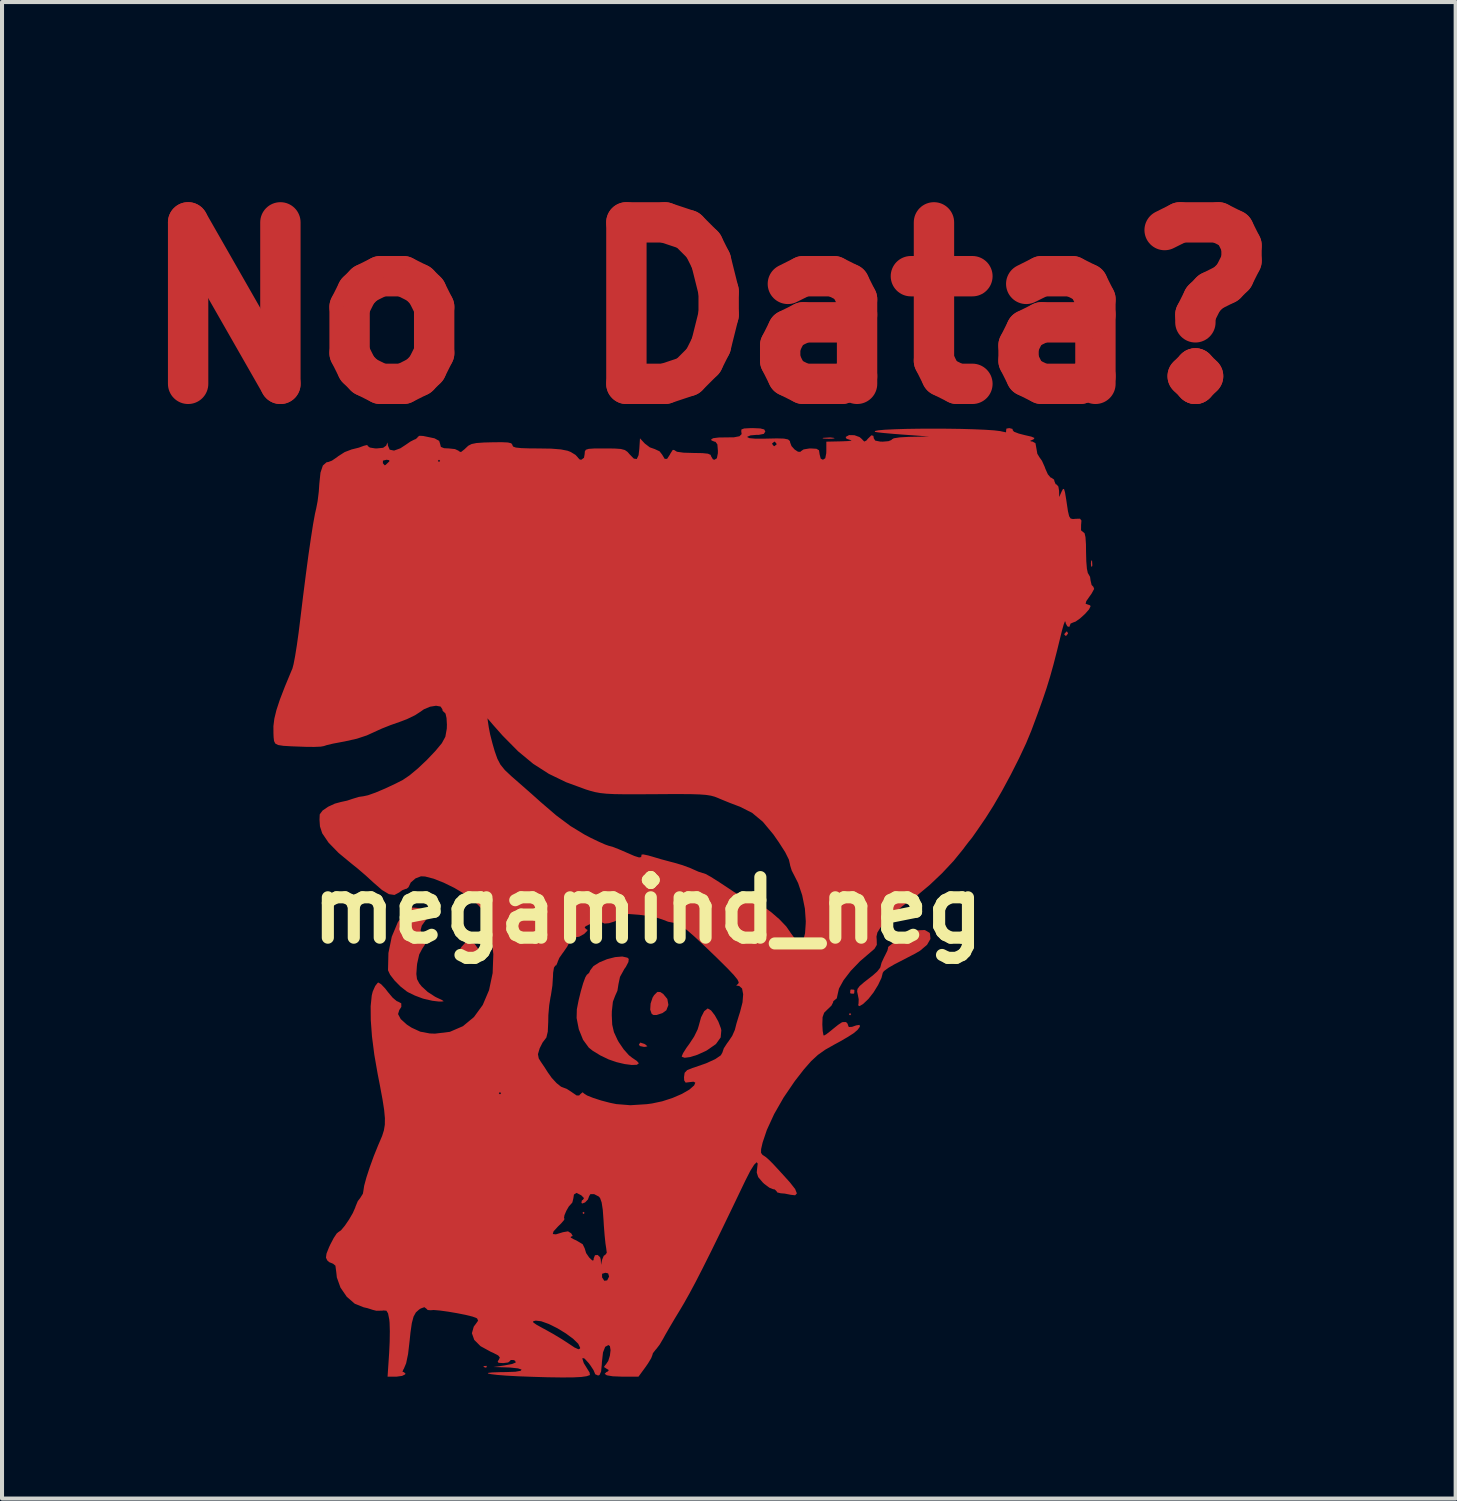
<source format=kicad_pcb>
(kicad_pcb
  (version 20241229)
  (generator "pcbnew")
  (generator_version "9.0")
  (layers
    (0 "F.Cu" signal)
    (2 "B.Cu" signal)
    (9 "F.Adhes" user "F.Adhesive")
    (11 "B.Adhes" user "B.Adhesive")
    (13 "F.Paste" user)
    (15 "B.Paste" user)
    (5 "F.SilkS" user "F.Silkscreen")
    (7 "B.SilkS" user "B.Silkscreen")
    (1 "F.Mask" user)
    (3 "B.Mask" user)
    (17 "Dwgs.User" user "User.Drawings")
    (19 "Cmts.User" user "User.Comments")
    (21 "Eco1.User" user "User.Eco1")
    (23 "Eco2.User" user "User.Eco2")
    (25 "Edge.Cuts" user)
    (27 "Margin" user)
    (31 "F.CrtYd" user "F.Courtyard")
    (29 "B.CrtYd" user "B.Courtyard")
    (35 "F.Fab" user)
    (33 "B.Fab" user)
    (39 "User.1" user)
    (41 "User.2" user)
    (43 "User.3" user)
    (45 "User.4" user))
  (footprint "megamind_neg"
    (layer "F.Cu")
    (at 13 19.5)
    (property "Reference" "megamind_neg" (at 0 0 0) (layer "F.SilkS") (effects (font (size 1.5 1.5) (thickness 0.3))))
    (attr board_only exclude_from_pos_files exclude_from_bom)
    (fp_poly (pts (xy -1.567 7.497) (xy -1.594 7.525) (xy -1.622 7.497) (xy -1.594 7.469)) (stroke (width 0) (type solid)) (fill yes) (layer "F.Cu"))
    (fp_poly (pts (xy 5.035 2.574) (xy 5.007 2.602) (xy 4.979 2.574) (xy 5.007 2.546)) (stroke (width 0) (type solid)) (fill yes) (layer "F.Cu"))
    (fp_poly (pts (xy -3.991 11.292) (xy -3.999 11.325) (xy -4.028 11.329) (xy -4.074 11.309) (xy -4.065 11.292) (xy -3.999 11.285)) (stroke (width 0) (type solid)) (fill yes) (layer "F.Cu"))
    (fp_poly (pts (xy 11.003 -8.658) (xy 11.01 -8.543) (xy 11.003 -8.518) (xy 10.982 -8.511) (xy 10.974 -8.588) (xy 10.983 -8.667)) (stroke (width 0) (type solid)) (fill yes) (layer "F.Cu"))
    (fp_poly (pts (xy -0.087 3.31) (xy -0.056 3.329) (xy -0.012 3.37) (xy -0.068 3.383) (xy -0.098 3.384) (xy -0.196 3.364) (xy -0.224 3.329) (xy -0.189 3.277)) (stroke (width 0) (type solid)) (fill yes) (layer "F.Cu"))
    (fp_poly (pts (xy 4.602 -11.704) (xy 4.628 -11.691) (xy 4.558 -11.682) (xy 4.476 -11.68) (xy 4.355 -11.685) (xy 4.322 -11.696) (xy 4.35 -11.704) (xy 4.513 -11.714)) (stroke (width 0) (type solid)) (fill yes) (layer "F.Cu"))
    (fp_poly (pts (xy 5.104 1.967) (xy 5.116 1.981) (xy 5.111 2.054) (xy 5.096 2.067) (xy 5.023 2.062) (xy 5.01 2.047) (xy 5.016 1.974) (xy 5.03 1.961)) (stroke (width 0) (type solid)) (fill yes) (layer "F.Cu"))
    (fp_poly (pts (xy 10.406 -6.866) (xy 10.406 -6.854) (xy 10.363 -6.8) (xy 10.347 -6.798) (xy 10.314 -6.832) (xy 10.322 -6.854) (xy 10.373 -6.907) (xy 10.381 -6.909)) (stroke (width 0) (type solid)) (fill yes) (layer "F.Cu"))
    (fp_poly (pts (xy -4.284 0.843) (xy -4.207 0.951) (xy -4.214 1.065) (xy -4.254 1.151) (xy -4.344 1.245) (xy -4.465 1.237) (xy -4.589 1.157) (xy -4.672 1.08) (xy -4.68 1.014) (xy -4.618 0.906) (xy -4.617 0.905) (xy -4.504 0.782) (xy -4.392 0.768)) (stroke (width 0) (type solid)) (fill yes) (layer "F.Cu"))
    (fp_poly (pts (xy 0.305 2.025) (xy 0.378 2.071) (xy 0.482 2.197) (xy 0.508 2.345) (xy 0.457 2.477) (xy 0.36 2.547) (xy 0.216 2.594) (xy 0.134 2.593) (xy 0.093 2.564) (xy 0.057 2.461) (xy 0.067 2.31) (xy 0.117 2.16) (xy 0.154 2.102) (xy 0.234 2.022)) (stroke (width 0) (type solid)) (fill yes) (layer "F.Cu"))
    (fp_poly (pts (xy 1.565 2.481) (xy 1.658 2.601) (xy 1.746 2.759) (xy 1.808 2.922) (xy 1.819 2.972) (xy 1.803 3.15) (xy 1.685 3.314) (xy 1.46 3.471) (xy 1.419 3.492) (xy 1.225 3.58) (xy 1.047 3.636) (xy 0.911 3.654) (xy 0.843 3.63) (xy 0.839 3.616) (xy 0.871 3.54) (xy 0.953 3.41) (xy 1.03 3.304) (xy 1.146 3.127) (xy 1.232 2.951) (xy 1.257 2.869) (xy 1.317 2.653) (xy 1.394 2.501) (xy 1.476 2.435) (xy 1.487 2.434)) (stroke (width 0) (type solid)) (fill yes) (layer "F.Cu"))
    (fp_poly (pts (xy 6.974 0.555) (xy 6.987 0.575) (xy 7 0.709) (xy 6.915 0.856) (xy 6.742 1.002) (xy 6.617 1.075) (xy 6.443 1.165) (xy 6.231 1.275) (xy 6.112 1.336) (xy 5.955 1.427) (xy 5.848 1.506) (xy 5.819 1.547) (xy 5.786 1.675) (xy 5.702 1.852) (xy 5.588 2.037) (xy 5.464 2.195) (xy 5.463 2.196) (xy 5.334 2.319) (xy 5.244 2.374) (xy 5.209 2.355) (xy 5.218 2.308) (xy 5.222 2.204) (xy 5.2 2.091) (xy 5.183 2.012) (xy 5.193 1.947) (xy 5.245 1.877) (xy 5.356 1.781) (xy 5.54 1.638) (xy 5.553 1.629) (xy 5.678 1.519) (xy 5.753 1.424) (xy 5.763 1.394) (xy 5.788 1.299) (xy 5.853 1.159) (xy 5.873 1.121) (xy 5.933 0.999) (xy 5.951 0.929) (xy 5.944 0.923) (xy 5.965 0.895) (xy 6.06 0.822) (xy 6.204 0.721) (xy 6.46 0.575) (xy 6.684 0.496) (xy 6.86 0.489)) (stroke (width 0) (type solid)) (fill yes) (layer "F.Cu"))
    (fp_poly (pts (xy -5.723 -0.06) (xy -5.703 -0.057) (xy -5.504 -0.01) (xy -5.408 0.044) (xy -5.407 0.12) (xy -5.49 0.23) (xy -5.505 0.246) (xy -5.601 0.38) (xy -5.632 0.498) (xy -5.595 0.574) (xy -5.541 0.587) (xy -5.49 0.63) (xy -5.488 0.733) (xy -5.528 0.858) (xy -5.587 0.947) (xy -5.665 1.094) (xy -5.716 1.321) (xy -5.723 1.385) (xy -5.736 1.578) (xy -5.72 1.704) (xy -5.665 1.809) (xy -5.607 1.883) (xy -5.456 2.022) (xy -5.271 2.142) (xy -5.233 2.161) (xy -5.099 2.224) (xy -5.059 2.253) (xy -5.107 2.261) (xy -5.175 2.261) (xy -5.337 2.242) (xy -5.532 2.198) (xy -5.582 2.184) (xy -5.771 2.113) (xy -5.941 2.03) (xy -5.974 2.01) (xy -6.127 1.89) (xy -6.273 1.743) (xy -6.385 1.599) (xy -6.437 1.489) (xy -6.438 1.483) (xy -6.428 1.059) (xy -6.345 0.654) (xy -6.196 0.298) (xy -6.057 0.092) (xy -5.947 -0.025) (xy -5.851 -0.069)) (stroke (width 0) (type solid)) (fill yes) (layer "F.Cu"))
    (fp_poly (pts (xy -0.507 1.174) (xy -0.474 1.205) (xy -0.483 1.282) (xy -0.547 1.404) (xy -0.583 1.453) (xy -0.691 1.649) (xy -0.729 1.829) (xy -0.755 1.993) (xy -0.813 2.123) (xy -0.867 2.265) (xy -0.893 2.501) (xy -0.895 2.598) (xy -0.884 2.834) (xy -0.842 3.017) (xy -0.755 3.206) (xy -0.723 3.264) (xy -0.602 3.442) (xy -0.471 3.59) (xy -0.388 3.655) (xy -0.277 3.73) (xy -0.225 3.787) (xy -0.224 3.79) (xy -0.272 3.827) (xy -0.399 3.832) (xy -0.578 3.809) (xy -0.78 3.761) (xy -0.973 3.694) (xy -1.179 3.595) (xy -1.367 3.48) (xy -1.464 3.403) (xy -1.607 3.207) (xy -1.712 2.946) (xy -1.766 2.669) (xy -1.76 2.451) (xy -1.716 2.227) (xy -1.661 2.004) (xy -1.604 1.807) (xy -1.551 1.662) (xy -1.512 1.596) (xy -1.507 1.594) (xy -1.456 1.549) (xy -1.428 1.486) (xy -1.349 1.383) (xy -1.2 1.289) (xy -1.011 1.211) (xy -0.812 1.16) (xy -0.634 1.145)) (stroke (width 0) (type solid)) (fill yes) (layer "F.Cu"))
    (fp_poly (pts (xy 9.032 -11.925) (xy 9.038 -11.893) (xy 9.07 -11.855) (xy 9.186 -11.81) (xy 9.328 -11.773) (xy 9.501 -11.733) (xy 9.575 -11.701) (xy 9.562 -11.672) (xy 9.539 -11.661) (xy 9.467 -11.627) (xy 9.498 -11.614) (xy 9.525 -11.613) (xy 9.601 -11.571) (xy 9.623 -11.448) (xy 9.647 -11.309) (xy 9.698 -11.225) (xy 9.762 -11.135) (xy 9.829 -10.986) (xy 9.846 -10.938) (xy 9.908 -10.8) (xy 9.975 -10.721) (xy 9.996 -10.714) (xy 10.062 -10.669) (xy 10.07 -10.63) (xy 10.101 -10.556) (xy 10.126 -10.546) (xy 10.168 -10.498) (xy 10.186 -10.392) (xy 10.189 -10.238) (xy 10.251 -10.378) (xy 10.284 -10.438) (xy 10.309 -10.434) (xy 10.333 -10.353) (xy 10.362 -10.179) (xy 10.374 -10.098) (xy 10.406 -9.886) (xy 10.435 -9.762) (xy 10.472 -9.705) (xy 10.53 -9.692) (xy 10.595 -9.698) (xy 10.705 -9.701) (xy 10.74 -9.654) (xy 10.731 -9.544) (xy 10.73 -9.412) (xy 10.78 -9.371) (xy 10.817 -9.342) (xy 10.84 -9.244) (xy 10.852 -9.061) (xy 10.854 -8.871) (xy 10.86 -8.645) (xy 10.875 -8.463) (xy 10.898 -8.354) (xy 10.91 -8.336) (xy 10.954 -8.259) (xy 10.966 -8.17) (xy 10.992 -8.058) (xy 11.035 -8.014) (xy 11.055 -7.962) (xy 10.99 -7.843) (xy 10.949 -7.786) (xy 10.86 -7.658) (xy 10.843 -7.594) (xy 10.879 -7.581) (xy 10.955 -7.554) (xy 10.966 -7.529) (xy 10.925 -7.45) (xy 10.827 -7.34) (xy 10.705 -7.229) (xy 10.594 -7.151) (xy 10.542 -7.133) (xy 10.47 -7.102) (xy 10.462 -7.077) (xy 10.439 -7.019) (xy 10.39 -7.035) (xy 10.351 -7.107) (xy 10.345 -7.147) (xy 10.331 -7.158) (xy 10.299 -7.076) (xy 10.255 -6.919) (xy 10.239 -6.854) (xy 10.136 -6.433) (xy 10.047 -6.087) (xy 9.963 -5.786) (xy 9.875 -5.5) (xy 9.773 -5.198) (xy 9.648 -4.851) (xy 9.498 -4.448) (xy 9.368 -4.135) (xy 9.192 -3.76) (xy 8.988 -3.357) (xy 8.771 -2.955) (xy 8.558 -2.588) (xy 8.372 -2.294) (xy 8.231 -2.087) (xy 8.112 -1.915) (xy 8.031 -1.8) (xy 8.001 -1.762) (xy 7.953 -1.704) (xy 7.864 -1.588) (xy 7.807 -1.511) (xy 7.572 -1.222) (xy 7.285 -0.916) (xy 6.978 -0.625) (xy 6.683 -0.379) (xy 6.535 -0.273) (xy 6.309 -0.106) (xy 6.079 0.089) (xy 5.9 0.266) (xy 5.759 0.432) (xy 5.685 0.551) (xy 5.662 0.653) (xy 5.668 0.728) (xy 5.671 0.857) (xy 5.612 0.956) (xy 5.519 1.036) (xy 5.255 1.262) (xy 5.025 1.501) (xy 4.847 1.733) (xy 4.733 1.94) (xy 4.7 2.084) (xy 4.679 2.182) (xy 4.644 2.21) (xy 4.592 2.254) (xy 4.588 2.281) (xy 4.547 2.362) (xy 4.451 2.454) (xy 4.366 2.538) (xy 4.327 2.648) (xy 4.321 2.826) (xy 4.321 2.831) (xy 4.33 2.989) (xy 4.348 3.088) (xy 4.359 3.105) (xy 4.418 3.072) (xy 4.528 2.987) (xy 4.588 2.937) (xy 4.713 2.837) (xy 4.804 2.777) (xy 4.825 2.77) (xy 4.909 2.769) (xy 4.95 2.814) (xy 4.954 2.839) (xy 4.977 2.892) (xy 5.056 2.888) (xy 5.161 2.851) (xy 5.244 2.839) (xy 5.252 2.883) (xy 5.193 2.964) (xy 5.096 3.046) (xy 4.957 3.135) (xy 4.765 3.247) (xy 4.606 3.333) (xy 4.391 3.455) (xy 4.212 3.582) (xy 4.044 3.737) (xy 3.865 3.941) (xy 3.652 4.215) (xy 3.629 4.246) (xy 3.361 4.64) (xy 3.127 5.049) (xy 2.946 5.443) (xy 2.842 5.753) (xy 2.804 5.918) (xy 2.803 6.009) (xy 2.84 6.06) (xy 2.869 6.078) (xy 2.924 6.115) (xy 2.994 6.177) (xy 3.095 6.277) (xy 3.238 6.431) (xy 3.437 6.65) (xy 3.518 6.74) (xy 3.648 6.906) (xy 3.691 7.014) (xy 3.647 7.06) (xy 3.539 7.048) (xy 3.389 7.018) (xy 3.287 7.01) (xy 3.204 6.989) (xy 3.189 6.962) (xy 3.143 6.916) (xy 3.101 6.909) (xy 3.009 6.872) (xy 2.884 6.779) (xy 2.842 6.739) (xy 2.732 6.609) (xy 2.696 6.496) (xy 2.705 6.404) (xy 2.72 6.274) (xy 2.694 6.242) (xy 2.632 6.303) (xy 2.538 6.453) (xy 2.419 6.686) (xy 2.412 6.7) (xy 2.09 7.372) (xy 1.81 7.951) (xy 1.568 8.445) (xy 1.36 8.861) (xy 1.182 9.208) (xy 1.029 9.494) (xy 0.898 9.727) (xy 0.811 9.875) (xy 0.666 10.114) (xy 0.532 10.341) (xy 0.426 10.525) (xy 0.378 10.613) (xy 0.291 10.76) (xy 0.208 10.869) (xy 0.192 10.885) (xy 0.123 10.974) (xy 0.112 11.017) (xy 0.081 11.097) (xy 0.001 11.229) (xy -0.061 11.318) (xy -0.233 11.553) (xy -0.648 11.553) (xy -0.872 11.544) (xy -1.016 11.52) (xy -1.071 11.483) (xy -1.027 11.439) (xy -0.993 11.424) (xy -0.968 11.39) (xy -1.023 11.357) (xy -1.089 11.314) (xy -1.053 11.261) (xy -1.043 11.253) (xy -0.982 11.163) (xy -0.941 11.031) (xy -0.925 10.896) (xy -0.941 10.797) (xy -0.977 10.77) (xy -1.058 10.814) (xy -1.112 10.952) (xy -1.139 11.191) (xy -1.142 11.245) (xy -1.159 11.426) (xy -1.198 11.512) (xy -1.234 11.525) (xy -1.306 11.493) (xy -1.315 11.468) (xy -1.347 11.392) (xy -1.428 11.269) (xy -1.468 11.216) (xy -1.567 11.107) (xy -1.617 11.09) (xy -1.622 11.112) (xy -1.589 11.217) (xy -1.51 11.345) (xy -1.51 11.346) (xy -1.445 11.45) (xy -1.436 11.512) (xy -1.44 11.515) (xy -1.517 11.542) (xy -1.65 11.561) (xy -1.848 11.571) (xy -2.124 11.573) (xy -2.491 11.568) (xy -2.863 11.557) (xy -3.212 11.544) (xy -3.504 11.528) (xy -3.732 11.51) (xy -3.888 11.491) (xy -3.965 11.474) (xy -3.955 11.459) (xy -3.852 11.448) (xy -3.648 11.441) (xy -3.52 11.44) (xy -3.28 11.431) (xy -3.15 11.407) (xy -3.13 11.377) (xy -3.218 11.348) (xy -3.415 11.327) (xy -3.525 11.323) (xy -3.832 11.314) (xy -3.569 11.278) (xy -3.365 11.24) (xy -3.272 11.201) (xy -3.291 11.159) (xy -3.326 11.142) (xy -3.4 11.14) (xy -3.413 11.163) (xy -3.462 11.201) (xy -3.58 11.217) (xy -3.587 11.217) (xy -3.701 11.21) (xy -3.722 11.177) (xy -3.693 11.134) (xy -3.668 11.079) (xy -3.708 11.028) (xy -3.831 10.964) (xy -3.896 10.935) (xy -4.146 10.798) (xy -4.302 10.642) (xy -4.36 10.477) (xy -4.314 10.313) (xy -4.268 10.253) (xy -4.216 10.18) (xy -2.842 10.18) (xy -2.841 10.209) (xy -2.762 10.265) (xy -2.596 10.357) (xy -2.567 10.372) (xy -2.348 10.494) (xy -2.132 10.624) (xy -1.986 10.719) (xy -1.817 10.831) (xy -1.72 10.875) (xy -1.681 10.857) (xy -1.678 10.837) (xy -1.726 10.738) (xy -1.853 10.614) (xy -2.034 10.481) (xy -2.242 10.354) (xy -2.453 10.249) (xy -2.642 10.181) (xy -2.778 10.165) (xy -2.842 10.18) (xy -4.216 10.18) (xy -4.207 10.167) (xy -4.229 10.114) (xy -4.248 10.101) (xy -4.345 10.065) (xy -4.515 10.023) (xy -4.726 9.981) (xy -4.949 9.943) (xy -5.152 9.915) (xy -5.307 9.902) (xy -5.38 9.908) (xy -5.456 9.902) (xy -5.484 9.872) (xy -5.537 9.832) (xy -5.624 9.863) (xy -5.667 9.89) (xy -5.747 9.961) (xy -5.805 10.065) (xy -5.848 10.226) (xy -5.882 10.463) (xy -5.902 10.658) (xy -5.941 10.992) (xy -5.989 11.222) (xy -6.047 11.36) (xy -6.056 11.371) (xy -6.08 11.431) (xy -6.046 11.441) (xy -6.006 11.475) (xy -6.014 11.497) (xy -6.088 11.534) (xy -6.225 11.553) (xy -6.249 11.553) (xy -6.449 11.553) (xy -6.41 10.967) (xy -6.397 10.692) (xy -6.393 10.431) (xy -6.399 10.221) (xy -6.407 10.137) (xy -6.437 9.986) (xy -6.477 9.92) (xy -6.55 9.913) (xy -6.578 9.918) (xy -6.725 9.921) (xy -6.811 9.9) (xy -6.948 9.856) (xy -7.041 9.835) (xy -7.261 9.747) (xy -7.459 9.575) (xy -7.615 9.348) (xy -7.706 9.095) (xy -7.715 9.005) (xy -1.135 9.005) (xy -1.135 9.094) (xy -1.08 9.178) (xy -1.009 9.168) (xy -0.961 9.073) (xy -0.985 8.995) (xy -1.054 8.98) (xy -1.135 9.005) (xy -7.715 9.005) (xy -7.721 8.954) (xy -7.741 8.804) (xy -7.798 8.756) (xy -7.896 8.716) (xy -7.944 8.672) (xy -7.975 8.605) (xy -7.962 8.506) (xy -7.9 8.349) (xy -7.868 8.28) (xy -7.783 8.118) (xy -7.718 8.02) (xy -2.356 8.02) (xy -2.279 8.028) (xy -2.108 7.976) (xy -2.106 7.975) (xy -1.979 7.953) (xy -1.9 8.003) (xy -1.862 8.069) (xy -1.909 8.087) (xy -1.913 8.107) (xy -1.831 8.153) (xy -1.776 8.177) (xy -1.616 8.272) (xy -1.567 8.372) (xy -1.53 8.492) (xy -1.455 8.601) (xy -1.376 8.676) (xy -1.346 8.668) (xy -1.343 8.626) (xy -1.311 8.545) (xy -1.244 8.538) (xy -1.183 8.596) (xy -1.167 8.658) (xy -1.16 8.784) (xy -1.135 8.658) (xy -1.094 8.56) (xy -1.053 8.532) (xy -1.019 8.485) (xy -1.032 8.378) (xy -1.051 8.255) (xy -1.072 8.054) (xy -1.091 7.811) (xy -1.098 7.693) (xy -1.118 7.418) (xy -1.146 7.237) (xy -1.184 7.13) (xy -1.217 7.091) (xy -1.333 7.031) (xy -1.424 7.031) (xy -1.455 7.081) (xy -1.486 7.165) (xy -1.556 7.237) (xy -1.625 7.264) (xy -1.647 7.25) (xy -1.636 7.188) (xy -1.609 7.172) (xy -1.583 7.13) (xy -1.65 7.061) (xy -1.767 7.001) (xy -1.832 7.041) (xy -1.846 7.133) (xy -1.871 7.238) (xy -1.899 7.271) (xy -1.959 7.337) (xy -2.021 7.445) (xy -2.067 7.554) (xy -2.079 7.626) (xy -2.067 7.637) (xy -2.074 7.67) (xy -2.148 7.756) (xy -2.225 7.831) (xy -2.338 7.954) (xy -2.356 8.02) (xy -7.718 8.02) (xy -7.709 8.006) (xy -7.668 7.972) (xy -7.603 7.928) (xy -7.508 7.814) (xy -7.404 7.662) (xy -7.311 7.502) (xy -7.25 7.365) (xy -7.243 7.34) (xy -7.187 7.205) (xy -7.128 7.129) (xy -7.06 7.02) (xy -7.049 6.956) (xy -7.029 6.825) (xy -6.973 6.618) (xy -6.89 6.364) (xy -6.791 6.09) (xy -6.683 5.823) (xy -6.646 5.737) (xy -6.583 5.588) (xy -6.54 5.452) (xy -6.517 5.312) (xy -6.515 5.149) (xy -6.534 4.944) (xy -6.575 4.68) (xy -6.603 4.532) (xy -3.693 4.532) (xy -3.665 4.56) (xy -3.637 4.532) (xy -3.665 4.504) (xy -3.693 4.532) (xy -6.603 4.532) (xy -6.639 4.336) (xy -6.694 4.056) (xy -6.777 3.58) (xy -6.779 3.565) (xy -2.724 3.565) (xy -2.704 3.67) (xy -2.65 3.756) (xy -2.555 3.896) (xy -2.483 4.01) (xy -2.383 4.151) (xy -2.263 4.281) (xy -2.152 4.37) (xy -2.096 4.392) (xy -2.01 4.424) (xy -1.889 4.503) (xy -1.876 4.512) (xy -1.766 4.587) (xy -1.703 4.588) (xy -1.673 4.554) (xy -1.617 4.508) (xy -1.581 4.54) (xy -1.506 4.588) (xy -1.353 4.649) (xy -1.154 4.713) (xy -0.94 4.769) (xy -0.783 4.801) (xy -0.434 4.829) (xy -0.026 4.803) (xy 0.1 4.786) (xy 0.355 4.732) (xy 0.61 4.649) (xy 0.842 4.549) (xy 1.029 4.441) (xy 1.146 4.338) (xy 1.175 4.27) (xy 1.129 4.246) (xy 1.035 4.257) (xy 0.935 4.269) (xy 0.899 4.215) (xy 0.895 4.132) (xy 0.91 4.026) (xy 0.972 3.96) (xy 1.112 3.904) (xy 1.133 3.898) (xy 1.441 3.791) (xy 1.669 3.687) (xy 1.807 3.592) (xy 1.846 3.522) (xy 1.88 3.42) (xy 1.965 3.289) (xy 1.986 3.263) (xy 2.088 3.112) (xy 2.154 2.963) (xy 2.158 2.947) (xy 2.194 2.805) (xy 2.252 2.615) (xy 2.283 2.518) (xy 2.344 2.281) (xy 2.36 2.08) (xy 2.333 1.938) (xy 2.262 1.875) (xy 2.248 1.873) (xy 2.187 1.864) (xy 2.23 1.825) (xy 2.236 1.821) (xy 2.251 1.785) (xy 2.219 1.716) (xy 2.129 1.605) (xy 1.975 1.442) (xy 1.747 1.216) (xy 1.694 1.164) (xy 1.392 0.874) (xy 1.156 0.654) (xy 0.976 0.497) (xy 0.841 0.394) (xy 0.738 0.334) (xy 0.658 0.31) (xy 0.629 0.308) (xy 0.502 0.284) (xy 0.358 0.228) (xy 0.223 0.185) (xy 0.018 0.143) (xy -0.215 0.112) (xy -0.238 0.11) (xy -0.46 0.093) (xy -0.593 0.094) (xy -0.656 0.114) (xy -0.671 0.152) (xy -0.718 0.216) (xy -0.83 0.278) (xy -0.964 0.32) (xy -1.076 0.329) (xy -1.119 0.308) (xy -1.186 0.29) (xy -1.309 0.307) (xy -1.443 0.346) (xy -1.542 0.395) (xy -1.567 0.429) (xy -1.523 0.473) (xy -1.503 0.476) (xy -1.497 0.504) (xy -1.566 0.574) (xy -1.582 0.588) (xy -1.705 0.656) (xy -1.806 0.668) (xy -1.808 0.667) (xy -1.89 0.685) (xy -1.933 0.765) (xy -1.997 0.898) (xy -2.098 1.044) (xy -2.106 1.053) (xy -2.194 1.179) (xy -2.237 1.281) (xy -2.238 1.291) (xy -2.27 1.363) (xy -2.294 1.371) (xy -2.327 1.421) (xy -2.348 1.549) (xy -2.351 1.636) (xy -2.366 1.867) (xy -2.402 2.104) (xy -2.413 2.154) (xy -2.445 2.353) (xy -2.466 2.598) (xy -2.469 2.765) (xy -2.48 3.006) (xy -2.515 3.152) (xy -2.539 3.184) (xy -2.609 3.276) (xy -2.68 3.417) (xy -2.683 3.426) (xy -2.724 3.565) (xy -6.779 3.565) (xy -6.835 3.128) (xy -6.865 2.721) (xy -6.868 2.376) (xy -6.841 2.111) (xy -6.817 2.014) (xy -6.756 1.876) (xy -6.694 1.797) (xy -6.676 1.79) (xy -6.608 1.832) (xy -6.506 1.94) (xy -6.438 2.028) (xy -6.325 2.163) (xy -6.224 2.249) (xy -6.182 2.266) (xy -6.11 2.305) (xy -6.108 2.393) (xy -6.159 2.472) (xy -6.189 2.571) (xy -6.123 2.695) (xy -5.971 2.832) (xy -5.852 2.909) (xy -5.639 3.007) (xy -5.405 3.051) (xy -5.275 3.056) (xy -4.906 3.011) (xy -4.582 2.871) (xy -4.309 2.645) (xy -4.091 2.345) (xy -3.935 1.978) (xy -3.846 1.555) (xy -3.829 1.086) (xy -3.889 0.582) (xy -3.945 0.325) (xy -4.003 0.143) (xy -4.085 0.002) (xy -4.209 -0.134) (xy -4.344 -0.256) (xy -4.547 -0.408) (xy -4.795 -0.555) (xy -5.058 -0.684) (xy -5.309 -0.783) (xy -5.519 -0.837) (xy -5.621 -0.842) (xy -5.757 -0.79) (xy -5.874 -0.689) (xy -5.928 -0.577) (xy -5.929 -0.573) (xy -5.975 -0.534) (xy -5.996 -0.531) (xy -6.086 -0.497) (xy -6.162 -0.441) (xy -6.278 -0.38) (xy -6.416 -0.4) (xy -6.589 -0.504) (xy -6.798 -0.686) (xy -6.989 -0.861) (xy -7.194 -1.037) (xy -7.329 -1.145) (xy -7.662 -1.42) (xy -7.911 -1.676) (xy -8.068 -1.907) (xy -8.124 -2.078) (xy -8.135 -2.242) (xy -8.13 -2.367) (xy -8.127 -2.381) (xy -8.06 -2.47) (xy -7.922 -2.565) (xy -7.753 -2.643) (xy -7.604 -2.683) (xy -7.449 -2.717) (xy -7.311 -2.763) (xy -7.16 -2.809) (xy -7.047 -2.825) (xy -6.932 -2.85) (xy -6.744 -2.917) (xy -6.51 -3.016) (xy -6.254 -3.136) (xy -6.07 -3.23) (xy -5.905 -3.342) (xy -5.697 -3.515) (xy -5.474 -3.726) (xy -5.264 -3.947) (xy -5.105 -4.138) (xy -5.018 -4.298) (xy -4.982 -4.498) (xy -4.979 -4.6) (xy -4.988 -4.756) (xy -3.975 -4.756) (xy -3.942 -4.532) (xy -3.908 -4.357) (xy -3.85 -4.131) (xy -3.796 -3.944) (xy -3.729 -3.754) (xy -3.653 -3.609) (xy -3.545 -3.475) (xy -3.379 -3.319) (xy -3.309 -3.258) (xy -3.094 -3.07) (xy -2.869 -2.872) (xy -2.679 -2.702) (xy -2.657 -2.682) (xy -2.27 -2.35) (xy -1.919 -2.088) (xy -1.573 -1.877) (xy -1.417 -1.795) (xy -1.221 -1.701) (xy -1.061 -1.63) (xy -0.965 -1.596) (xy -0.954 -1.594) (xy -0.876 -1.573) (xy -0.727 -1.515) (xy -0.54 -1.435) (xy -0.53 -1.43) (xy -0.334 -1.345) (xy -0.219 -1.309) (xy -0.167 -1.318) (xy -0.158 -1.371) (xy -0.159 -1.379) (xy -0.114 -1.384) (xy 0.005 -1.359) (xy 0.1 -1.332) (xy 0.325 -1.265) (xy 0.571 -1.199) (xy 0.645 -1.18) (xy 0.854 -1.119) (xy 1.051 -1.046) (xy 1.115 -1.017) (xy 1.255 -0.955) (xy 1.355 -0.923) (xy 1.365 -0.922) (xy 1.432 -0.899) (xy 1.561 -0.827) (xy 1.761 -0.701) (xy 2.041 -0.516) (xy 2.121 -0.462) (xy 2.253 -0.381) (xy 2.35 -0.331) (xy 2.452 -0.29) (xy 2.607 -0.227) (xy 2.668 -0.202) (xy 2.849 -0.103) (xy 3.056 0.048) (xy 3.259 0.224) (xy 3.427 0.4) (xy 3.529 0.547) (xy 3.531 0.552) (xy 3.623 0.677) (xy 3.713 0.742) (xy 3.8 0.758) (xy 3.858 0.704) (xy 3.893 0.568) (xy 3.909 0.335) (xy 3.911 0.268) (xy 3.889 -0.043) (xy 3.822 -0.374) (xy 3.721 -0.674) (xy 3.639 -0.836) (xy 3.563 -0.984) (xy 3.524 -1.11) (xy 3.522 -1.126) (xy 3.492 -1.256) (xy 3.401 -1.439) (xy 3.243 -1.686) (xy 3.106 -1.882) (xy 2.847 -2.193) (xy 2.58 -2.415) (xy 2.277 -2.567) (xy 2.246 -2.578) (xy 2.026 -2.662) (xy 1.798 -2.755) (xy 1.743 -2.779) (xy 1.657 -2.813) (xy 1.562 -2.839) (xy 1.442 -2.858) (xy 1.283 -2.87) (xy 1.067 -2.877) (xy 0.78 -2.879) (xy 0.404 -2.878) (xy 0.177 -2.876) (xy -0.248 -2.874) (xy -0.578 -2.874) (xy -0.831 -2.878) (xy -1.026 -2.888) (xy -1.179 -2.904) (xy -1.309 -2.928) (xy -1.433 -2.961) (xy -1.539 -2.994) (xy -2.027 -3.173) (xy -2.454 -3.38) (xy -2.842 -3.629) (xy -3.215 -3.938) (xy -3.596 -4.323) (xy -3.831 -4.588) (xy -3.975 -4.756) (xy -4.988 -4.756) (xy -4.989 -4.764) (xy -5.013 -4.872) (xy -5.035 -4.895) (xy -5.085 -4.941) (xy -5.091 -4.979) (xy -5.136 -5.047) (xy -5.248 -5.067) (xy -5.397 -5.043) (xy -5.549 -4.979) (xy -5.628 -4.923) (xy -5.768 -4.832) (xy -5.969 -4.735) (xy -6.154 -4.665) (xy -6.376 -4.587) (xy -6.585 -4.504) (xy -6.714 -4.446) (xy -6.963 -4.332) (xy -7.211 -4.25) (xy -7.507 -4.184) (xy -7.608 -4.165) (xy -7.803 -4.128) (xy -7.955 -4.092) (xy -8.026 -4.068) (xy -8.105 -4.054) (xy -8.265 -4.047) (xy -8.475 -4.049) (xy -8.531 -4.051) (xy -8.828 -4.062) (xy -9.031 -4.074) (xy -9.159 -4.094) (xy -9.23 -4.13) (xy -9.261 -4.192) (xy -9.272 -4.286) (xy -9.276 -4.386) (xy -9.277 -4.562) (xy -9.254 -4.747) (xy -9.202 -4.961) (xy -9.117 -5.219) (xy -8.993 -5.541) (xy -8.826 -5.943) (xy -8.807 -5.986) (xy -8.778 -6.095) (xy -8.74 -6.293) (xy -8.697 -6.561) (xy -8.653 -6.875) (xy -8.614 -7.189) (xy -8.543 -7.772) (xy -8.474 -8.314) (xy -8.409 -8.802) (xy -8.347 -9.226) (xy -8.293 -9.571) (xy -8.246 -9.828) (xy -8.216 -9.959) (xy -8.182 -10.136) (xy -8.153 -10.369) (xy -8.14 -10.562) (xy -8.111 -10.841) (xy -8.052 -11.018) (xy -7.987 -11.075) (xy -6.565 -11.075) (xy -6.521 -11.023) (xy -6.497 -11.033) (xy -6.421 -11.106) (xy -6.406 -11.118) (xy -6.406 -11.133) (xy -5.203 -11.133) (xy -5.175 -11.106) (xy -5.147 -11.133) (xy -5.175 -11.161) (xy -5.203 -11.133) (xy -6.406 -11.133) (xy -6.407 -11.15) (xy -6.474 -11.161) (xy -6.564 -11.139) (xy -6.565 -11.075) (xy -7.987 -11.075) (xy -7.96 -11.099) (xy -7.914 -11.106) (xy -7.827 -11.139) (xy -7.703 -11.223) (xy -7.675 -11.246) (xy -7.511 -11.351) (xy -7.335 -11.418) (xy -7.321 -11.421) (xy -7.16 -11.461) (xy -7.036 -11.507) (xy -7.035 -11.507) (xy -6.953 -11.527) (xy -6.937 -11.499) (xy -6.888 -11.463) (xy -6.764 -11.443) (xy -6.718 -11.441) (xy -6.559 -11.457) (xy -6.483 -11.511) (xy -6.472 -11.539) (xy -6.452 -11.589) (xy -6.442 -11.532) (xy -6.44 -11.511) (xy -6.396 -11.41) (xy -6.288 -11.388) (xy -6.133 -11.444) (xy -6.009 -11.525) (xy -5.88 -11.613) (xy -5.783 -11.662) (xy -5.766 -11.665) (xy -5.709 -11.706) (xy -5.707 -11.722) (xy -5.66 -11.755) (xy -5.567 -11.75) (xy -5.393 -11.714) (xy -5.287 -11.692) (xy -5.171 -11.629) (xy -5.147 -11.552) (xy -5.128 -11.479) (xy -5.049 -11.447) (xy -4.928 -11.441) (xy -4.779 -11.425) (xy -4.688 -11.383) (xy -4.68 -11.371) (xy -4.631 -11.351) (xy -4.535 -11.427) (xy -4.522 -11.441) (xy -4.45 -11.508) (xy -4.368 -11.55) (xy -4.248 -11.575) (xy -4.063 -11.588) (xy -3.874 -11.593) (xy -3.625 -11.596) (xy -3.469 -11.589) (xy -3.386 -11.569) (xy -3.358 -11.533) (xy -3.357 -11.523) (xy -3.338 -11.487) (xy -3.272 -11.463) (xy -3.139 -11.449) (xy -2.924 -11.442) (xy -2.722 -11.441) (xy -2.393 -11.436) (xy -2.156 -11.417) (xy -1.99 -11.384) (xy -1.911 -11.353) (xy -1.793 -11.281) (xy -1.736 -11.22) (xy -1.734 -11.213) (xy -1.689 -11.167) (xy -1.65 -11.161) (xy -1.583 -11.21) (xy -1.567 -11.301) (xy -1.562 -11.368) (xy -1.536 -11.409) (xy -1.465 -11.431) (xy -1.329 -11.44) (xy -1.105 -11.441) (xy -1.067 -11.441) (xy -0.826 -11.439) (xy -0.67 -11.428) (xy -0.572 -11.402) (xy -0.505 -11.356) (xy -0.458 -11.301) (xy -0.349 -11.189) (xy -0.276 -11.179) (xy -0.231 -11.274) (xy -0.213 -11.426) (xy -0.196 -11.691) (xy -0.077 -11.563) (xy 0.048 -11.468) (xy 0.168 -11.426) (xy 0.289 -11.37) (xy 0.352 -11.289) (xy 0.416 -11.183) (xy 0.475 -11.182) (xy 0.544 -11.287) (xy 0.558 -11.315) (xy 0.615 -11.404) (xy 0.654 -11.403) (xy 0.655 -11.399) (xy 0.72 -11.359) (xy 0.884 -11.336) (xy 1.124 -11.329) (xy 1.352 -11.325) (xy 1.488 -11.311) (xy 1.553 -11.282) (xy 1.567 -11.245) (xy 1.611 -11.171) (xy 1.65 -11.161) (xy 1.709 -11.198) (xy 1.733 -11.321) (xy 1.734 -11.385) (xy 1.721 -11.541) (xy 1.712 -11.553) (xy 3.077 -11.553) (xy 3.12 -11.499) (xy 3.133 -11.497) (xy 3.187 -11.54) (xy 3.189 -11.553) (xy 3.146 -11.607) (xy 3.133 -11.609) (xy 3.079 -11.566) (xy 3.077 -11.553) (xy 1.712 -11.553) (xy 1.675 -11.605) (xy 1.65 -11.609) (xy 1.576 -11.639) (xy 1.567 -11.665) (xy 1.618 -11.695) (xy 1.754 -11.712) (xy 1.896 -11.714) (xy 2.131 -11.717) (xy 2.268 -11.743) (xy 2.322 -11.796) (xy 2.313 -11.863) (xy 2.316 -11.91) (xy 2.384 -11.936) (xy 2.538 -11.944) (xy 2.596 -11.945) (xy 2.783 -11.937) (xy 2.881 -11.912) (xy 2.909 -11.862) (xy 2.909 -11.861) (xy 2.872 -11.802) (xy 2.75 -11.778) (xy 2.685 -11.777) (xy 2.545 -11.765) (xy 2.467 -11.734) (xy 2.462 -11.722) (xy 2.514 -11.696) (xy 2.66 -11.683) (xy 2.881 -11.683) (xy 2.923 -11.684) (xy 3.193 -11.69) (xy 3.37 -11.685) (xy 3.472 -11.664) (xy 3.517 -11.625) (xy 3.525 -11.584) (xy 3.558 -11.499) (xy 3.634 -11.415) (xy 3.719 -11.359) (xy 3.781 -11.358) (xy 3.789 -11.371) (xy 3.857 -11.417) (xy 3.998 -11.44) (xy 4.033 -11.441) (xy 4.175 -11.433) (xy 4.238 -11.396) (xy 4.252 -11.308) (xy 4.252 -11.301) (xy 4.281 -11.189) (xy 4.336 -11.161) (xy 4.394 -11.198) (xy 4.418 -11.321) (xy 4.42 -11.385) (xy 4.42 -11.609) (xy 4.797 -11.617) (xy 4.96 -11.624) (xy 5.043 -11.635) (xy 5.031 -11.647) (xy 5.02 -11.649) (xy 4.92 -11.681) (xy 4.898 -11.725) (xy 4.983 -11.772) (xy 5.116 -11.769) (xy 5.243 -11.723) (xy 5.295 -11.679) (xy 5.359 -11.612) (xy 5.412 -11.636) (xy 5.447 -11.679) (xy 5.536 -11.766) (xy 5.586 -11.753) (xy 5.595 -11.693) (xy 5.632 -11.635) (xy 5.754 -11.611) (xy 5.819 -11.609) (xy 5.959 -11.621) (xy 6.037 -11.652) (xy 6.042 -11.665) (xy 6.094 -11.693) (xy 6.236 -11.715) (xy 6.445 -11.727) (xy 6.504 -11.729) (xy 6.965 -11.737) (xy 6.329 -11.783) (xy 6.069 -11.803) (xy 5.849 -11.823) (xy 5.693 -11.84) (xy 5.629 -11.851) (xy 5.62 -11.872) (xy 5.707 -11.89) (xy 5.875 -11.905) (xy 6.111 -11.916) (xy 6.398 -11.925) (xy 6.721 -11.93) (xy 7.065 -11.931) (xy 7.415 -11.93) (xy 7.757 -11.925) (xy 8.074 -11.916) (xy 8.353 -11.904) (xy 8.577 -11.889) (xy 8.731 -11.87) (xy 8.778 -11.859) (xy 8.871 -11.84) (xy 8.875 -11.877) (xy 8.873 -11.88) (xy 8.881 -11.932) (xy 8.952 -11.945)) (stroke (width 0) (type solid)) (fill yes) (layer "F.Cu"))
    (fp_text user "No Data?" (at -13 -12.5 0) (unlocked yes) (layer "F.Cu") (effects (font (size 4 4) (thickness 1) (bold yes)) (justify left bottom))))
  (gr_rect
    (start -3 -3)
    (end 33.01 34.073)
    (stroke (width 0.1) (type default))
    (fill no)
    (layer "Edge.Cuts")))
</source>
